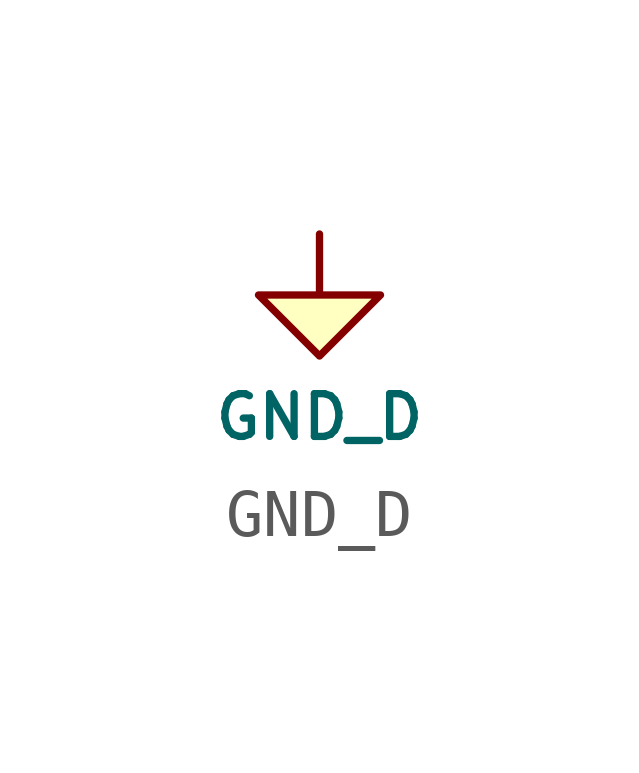
<source format=kicad_sym>
(kicad_symbol_lib
  (version 20241209)
  (generator "kicad_symbol_editor")
  (generator_version "9.0")
  (symbol "GND_D"
    (power)
    (pin_names
      (offset 0))
    (property "Reference" "#PWR"
      (at 0 -6.35 0)
      (effects (font (size 1.27 1.27)) (hide yes)))
    (property "Value" "GND_D"
      (at 0 -3.81 0)
      (effects (font (size 0.889 0.889))))
    (symbol "GND_D_1_1"
      (polyline (pts (xy 0 0) (xy 0 -1.27) (xy 1.27 -1.27) (xy 0 -2.54) (xy -1.27 -1.27) (xy 0 -1.27)) (stroke (width 0) (type default)) (fill (type background)))
      (pin power_in line (at 0 0 270) (length 0) (hide yes) (name "GND_D" (effects (font (size 1.27 1.27)))) (number "1" (effects (font (size 1.27 1.27))))))))
</source>
